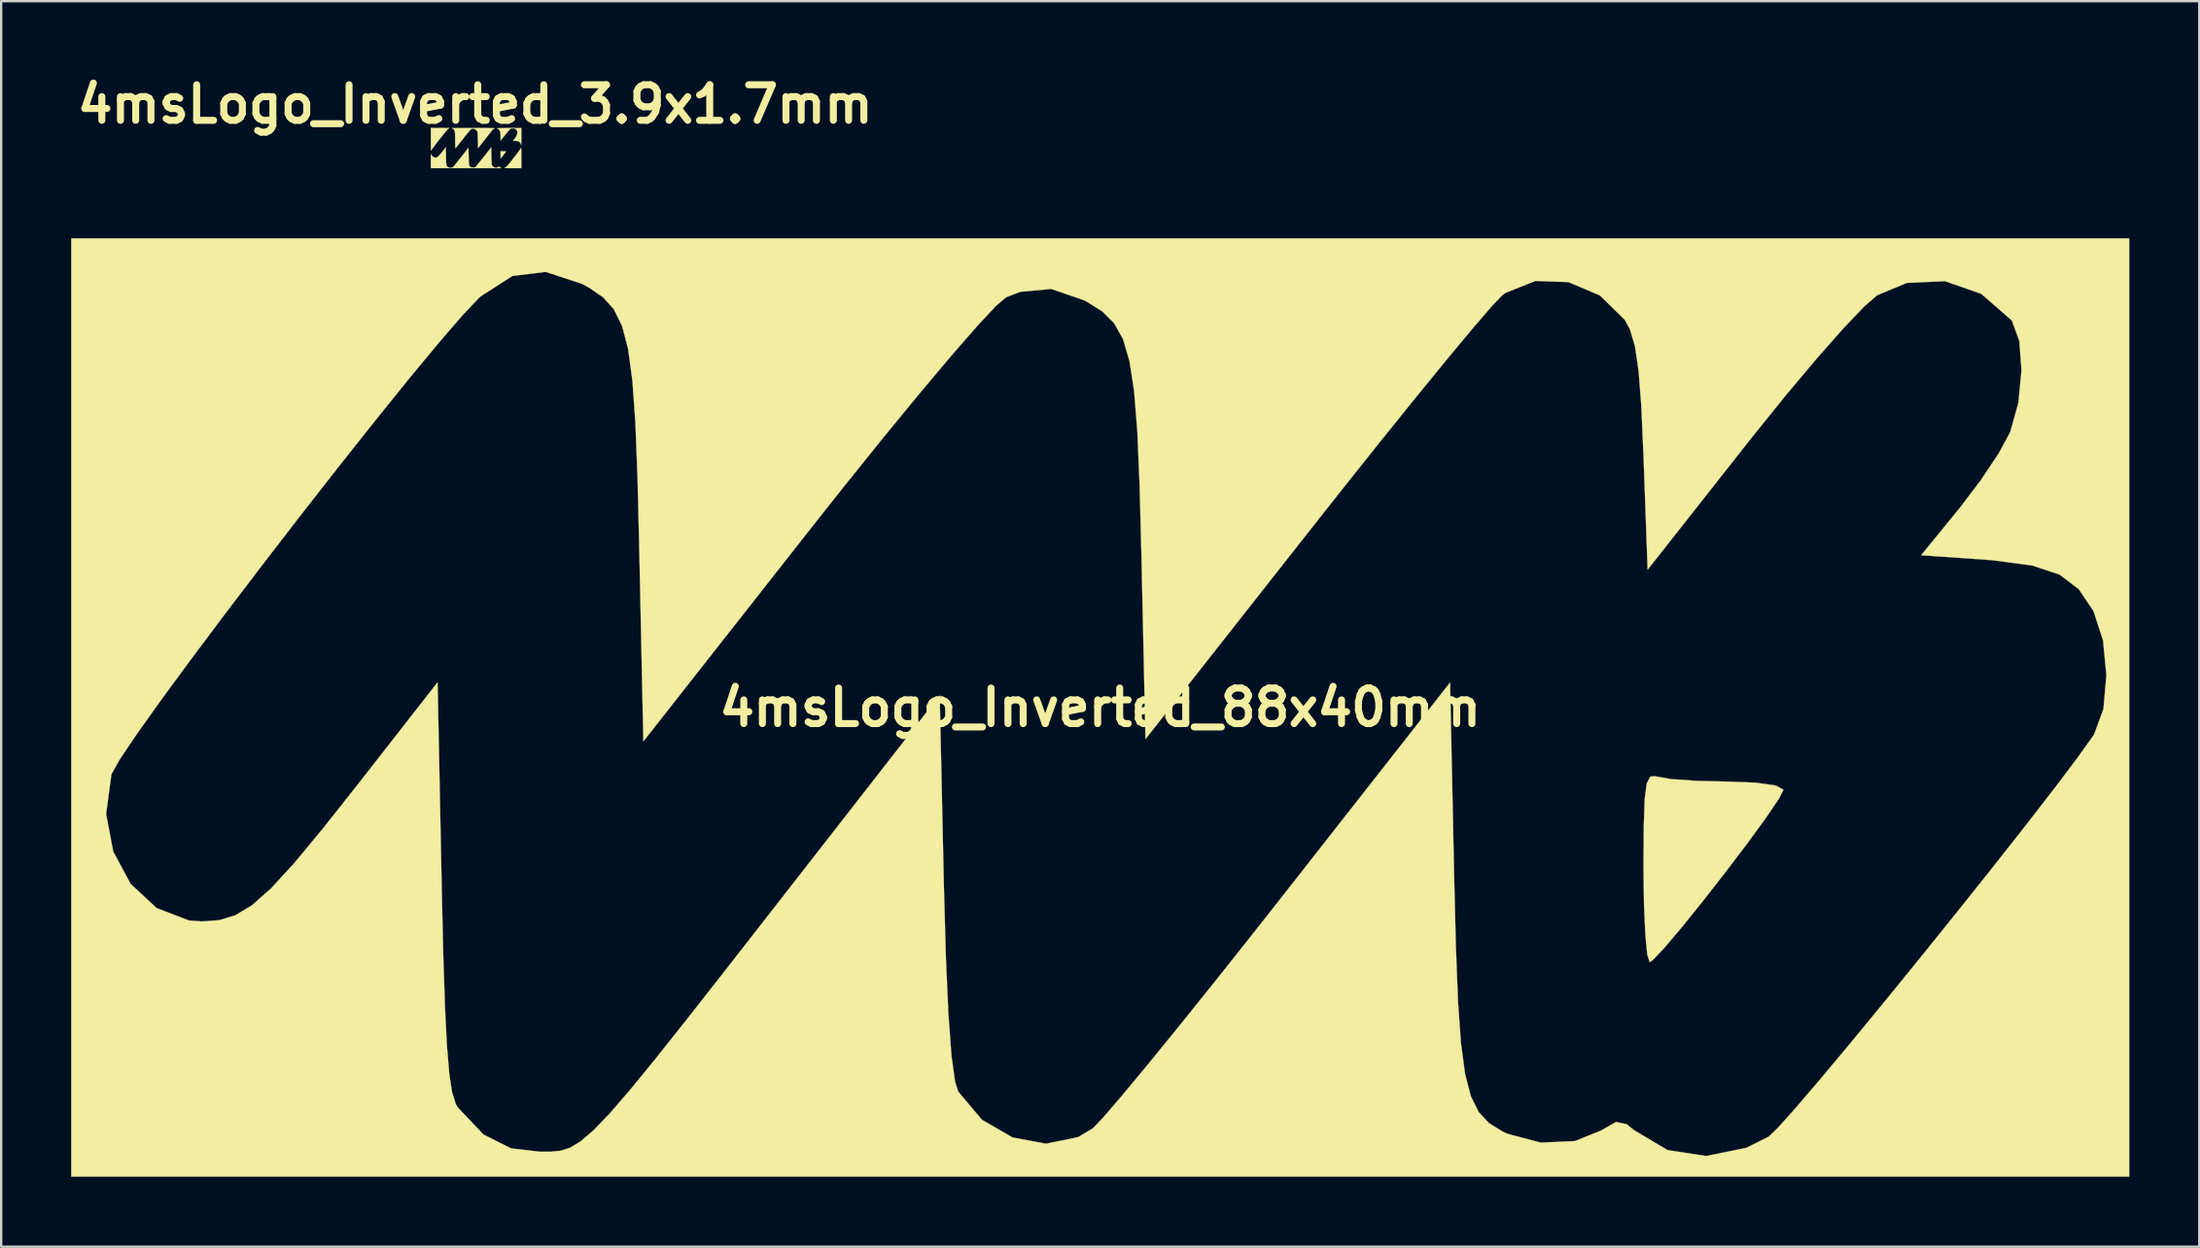
<source format=kicad_pcb>
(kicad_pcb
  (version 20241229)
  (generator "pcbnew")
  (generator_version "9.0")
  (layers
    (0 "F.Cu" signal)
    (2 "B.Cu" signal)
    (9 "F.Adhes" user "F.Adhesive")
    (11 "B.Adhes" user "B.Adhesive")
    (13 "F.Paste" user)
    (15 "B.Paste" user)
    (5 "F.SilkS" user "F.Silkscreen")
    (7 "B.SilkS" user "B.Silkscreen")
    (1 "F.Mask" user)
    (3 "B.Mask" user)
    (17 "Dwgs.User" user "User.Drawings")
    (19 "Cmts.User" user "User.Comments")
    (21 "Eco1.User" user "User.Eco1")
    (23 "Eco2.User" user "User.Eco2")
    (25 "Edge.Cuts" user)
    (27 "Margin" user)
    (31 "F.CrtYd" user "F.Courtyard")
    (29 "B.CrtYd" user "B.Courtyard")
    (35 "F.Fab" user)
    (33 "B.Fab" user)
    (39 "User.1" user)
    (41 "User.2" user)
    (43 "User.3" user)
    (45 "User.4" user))
  (footprint "4msLogo_Inverted_88x40mm"
    (layer "F.Cu")
    (at 44.102 27.277)
    (property "Reference" "4msLogo_Inverted_88x40mm" (at 0 0 0) (layer "F.SilkS") (effects (font (size 1.524 1.524) (thickness 0.3))))
    (attr through_hole)
    (fp_poly (pts (xy 23.841 2.961) (xy 24.464 3.069) (xy 25.553 3.146) (xy 26.84 3.175) (xy 28.087 3.222) (xy 28.955 3.347) (xy 29.281 3.526) (xy 29.281 3.526) (xy 29.075 3.928) (xy 28.526 4.736) (xy 27.735 5.82) (xy 26.802 7.051) (xy 25.827 8.299) (xy 24.913 9.433) (xy 24.159 10.324) (xy 23.667 10.84) (xy 23.548 10.918) (xy 23.444 10.596) (xy 23.36 9.706) (xy 23.303 8.386) (xy 23.283 6.841) (xy 23.294 5.083) (xy 23.335 3.922) (xy 23.423 3.25) (xy 23.574 2.961) (xy 23.802 2.947) (xy 23.841 2.961)) (stroke (width 0.01) (type solid)) (fill yes) (layer "F.SilkS"))
    (fp_poly (pts (xy 44.097 20.108) (xy -44.097 20.108) (xy -44.097 4.565) (xy -42.605 4.565) (xy -42.3 6.174) (xy -41.551 7.564) (xy -40.442 8.596) (xy -39.061 9.129) (xy -38.515 9.172) (xy -37.764 9.118) (xy -37.068 8.908) (xy -36.349 8.474) (xy -35.527 7.744) (xy -34.524 6.65) (xy -33.26 5.122) (xy -31.74 3.199) (xy -28.399 -1.08) (xy -28.222 7.697) (xy -28.157 10.562) (xy -28.084 12.799) (xy -28 14.484) (xy -27.899 15.694) (xy -27.774 16.506) (xy -27.62 16.997) (xy -27.532 17.145) (xy -26.43 18.306) (xy -25.252 18.897) (xy -24.021 19.042) (xy -23.547 19.041) (xy -23.128 19) (xy -22.715 18.867) (xy -22.261 18.592) (xy -21.716 18.124) (xy -21.033 17.414) (xy -20.164 16.409) (xy -19.06 15.059) (xy -17.674 13.314) (xy -15.957 11.124) (xy -13.861 8.436) (xy -13.475 7.941) (xy -6.879 -0.521) (xy -6.702 7.589) (xy -6.615 10.712) (xy -6.507 13.149) (xy -6.376 14.918) (xy -6.221 16.037) (xy -6.086 16.465) (xy -5.07 17.672) (xy -3.754 18.433) (xy -2.321 18.698) (xy -0.95 18.418) (xy -0.312 18.034) (xy 0.104 17.602) (xy 0.894 16.684) (xy 2.001 15.351) (xy 3.367 13.675) (xy 4.932 11.726) (xy 6.639 9.576) (xy 7.761 8.15) (xy 14.993 -1.071) (xy 15.169 7.314) (xy 15.242 10.263) (xy 15.332 12.59) (xy 15.458 14.378) (xy 15.637 15.712) (xy 15.887 16.675) (xy 16.224 17.349) (xy 16.666 17.82) (xy 17.231 18.17) (xy 17.453 18.276) (xy 18.887 18.652) (xy 20.347 18.585) (xy 21.463 18.133) (xy 22.102 17.768) (xy 22.557 17.859) (xy 22.871 18.114) (xy 24.311 18.971) (xy 25.973 19.226) (xy 27.696 18.874) (xy 28.649 18.396) (xy 29.051 18.009) (xy 29.818 17.15) (xy 30.883 15.904) (xy 32.176 14.356) (xy 33.629 12.59) (xy 35.174 10.69) (xy 36.742 8.742) (xy 38.266 6.83) (xy 39.675 5.039) (xy 40.903 3.454) (xy 41.88 2.158) (xy 42.538 1.237) (xy 42.598 1.146) (xy 42.995 0.06) (xy 43.121 -1.38) (xy 42.977 -2.877) (xy 42.567 -4.135) (xy 41.938 -5.071) (xy 41.113 -5.698) (xy 39.934 -6.088) (xy 38.246 -6.312) (xy 37.787 -6.347) (xy 35.182 -6.526) (xy 36.834 -8.551) (xy 37.74 -9.745) (xy 38.52 -10.917) (xy 38.998 -11.803) (xy 39.35 -13.06) (xy 39.482 -14.45) (xy 39.391 -15.71) (xy 39.074 -16.576) (xy 39.059 -16.597) (xy 37.761 -17.73) (xy 36.209 -18.274) (xy 34.567 -18.2) (xy 33.297 -17.672) (xy 32.742 -17.191) (xy 31.844 -16.248) (xy 30.692 -14.942) (xy 29.371 -13.37) (xy 27.969 -11.631) (xy 27.829 -11.454) (xy 23.46 -5.907) (xy 23.283 -10.803) (xy 23.19 -12.907) (xy 23.073 -14.429) (xy 22.916 -15.488) (xy 22.703 -16.207) (xy 22.485 -16.614) (xy 21.412 -17.665) (xy 20.066 -18.235) (xy 18.648 -18.284) (xy 17.363 -17.77) (xy 17.238 -17.677) (xy 16.819 -17.244) (xy 16.026 -16.326) (xy 14.915 -14.993) (xy 13.547 -13.319) (xy 11.978 -11.372) (xy 10.269 -9.226) (xy 9.165 -7.827) (xy 1.94 1.354) (xy 1.764 -6.643) (xy 1.688 -9.536) (xy 1.592 -11.811) (xy 1.453 -13.555) (xy 1.253 -14.857) (xy 0.972 -15.803) (xy 0.59 -16.481) (xy 0.087 -16.979) (xy -0.557 -17.384) (xy -0.694 -17.457) (xy -2.096 -17.941) (xy -3.422 -17.82) (xy -4.041 -17.582) (xy -4.469 -17.213) (xy -5.271 -16.354) (xy -6.387 -15.074) (xy -7.761 -13.441) (xy -9.334 -11.524) (xy -11.049 -9.391) (xy -12.26 -7.861) (xy -19.579 1.451) (xy -19.758 -6.947) (xy -19.831 -9.901) (xy -19.922 -12.235) (xy -20.051 -14.034) (xy -20.236 -15.384) (xy -20.496 -16.37) (xy -20.849 -17.077) (xy -21.314 -17.591) (xy -21.91 -17.998) (xy -22.213 -18.162) (xy -23.769 -18.673) (xy -25.191 -18.498) (xy -26.548 -17.628) (xy -26.631 -17.551) (xy -27.321 -16.824) (xy -28.329 -15.657) (xy -29.592 -14.133) (xy -31.046 -12.331) (xy -32.629 -10.335) (xy -34.278 -8.226) (xy -35.929 -6.086) (xy -37.52 -3.995) (xy -38.988 -2.037) (xy -40.27 -0.292) (xy -41.302 1.158) (xy -42.023 2.23) (xy -42.368 2.844) (xy -42.379 2.876) (xy -42.605 4.565) (xy -44.097 4.565) (xy -44.097 -20.108) (xy 44.097 -20.108) (xy 44.097 20.108)) (stroke (width 0.01) (type solid)) (fill yes) (layer "F.SilkS")))
  (footprint "4msLogo_Inverted_3.9x1.7mm"
    (layer "F.Cu")
    (at 17.346 3.298)
    (property "Reference" "4msLogo_Inverted_3.9x1.7mm" (at -0.03 -1.88 0) (layer "F.SilkS") (effects (font (size 1.524 1.524) (thickness 0.3))))
    (attr through_hole)
    (fp_poly (pts (xy 1.178 0.139) (xy 1.298 0.143) (xy 1.213 0.252) (xy 1.172 0.304) (xy 1.134 0.353) (xy 1.104 0.391) (xy 1.094 0.402) (xy 1.059 0.445) (xy 1.059 0.289) (xy 1.058 0.134) (xy 1.178 0.139)) (stroke (width 0.01) (type solid)) (fill yes) (layer "F.SilkS"))
    (fp_poly (pts (xy -1.185 -0.829) (xy -1.205 -0.81) (xy -1.239 -0.772) (xy -1.286 -0.717) (xy -1.342 -0.649) (xy -1.405 -0.572) (xy -1.473 -0.486) (xy -1.544 -0.397) (xy -1.615 -0.307) (xy -1.684 -0.218) (xy -1.748 -0.134) (xy -1.805 -0.058) (xy -1.853 0.007) (xy -1.89 0.059) (xy -1.912 0.093) (xy -1.918 0.106) (xy -1.922 0.104) (xy -1.925 0.075) (xy -1.927 0.021) (xy -1.929 -0.057) (xy -1.931 -0.158) (xy -1.932 -0.281) (xy -1.932 -0.356) (xy -1.933 -0.861) (xy -1.139 -0.861) (xy -1.185 -0.829)) (stroke (width 0.01) (type solid)) (fill yes) (layer "F.SilkS"))
    (fp_poly (pts (xy 1.937 -0.008) (xy 1.94 0.007) (xy 1.943 0.039) (xy 1.944 0.09) (xy 1.946 0.162) (xy 1.946 0.256) (xy 1.947 0.376) (xy 1.947 0.406) (xy 1.947 0.861) (xy 1.577 0.86) (xy 1.465 0.86) (xy 1.379 0.86) (xy 1.316 0.859) (xy 1.272 0.857) (xy 1.246 0.855) (xy 1.234 0.851) (xy 1.234 0.847) (xy 1.243 0.84) (xy 1.256 0.833) (xy 1.274 0.823) (xy 1.291 0.812) (xy 1.308 0.798) (xy 1.329 0.777) (xy 1.355 0.749) (xy 1.388 0.711) (xy 1.43 0.66) (xy 1.483 0.593) (xy 1.549 0.51) (xy 1.629 0.407) (xy 1.645 0.388) (xy 1.712 0.301) (xy 1.774 0.219) (xy 1.829 0.146) (xy 1.874 0.083) (xy 1.907 0.036) (xy 1.926 0.006) (xy 1.928 0) (xy 1.933 -0.01) (xy 1.937 -0.008)) (stroke (width 0.01) (type solid)) (fill yes) (layer "F.SilkS"))
    (fp_poly (pts (xy 1.947 -0.494) (xy 1.947 -0.395) (xy 1.946 -0.307) (xy 1.945 -0.232) (xy 1.944 -0.175) (xy 1.942 -0.139) (xy 1.94 -0.127) (xy 1.934 -0.139) (xy 1.933 -0.15) (xy 1.924 -0.183) (xy 1.901 -0.224) (xy 1.871 -0.263) (xy 1.844 -0.286) (xy 1.815 -0.295) (xy 1.768 -0.304) (xy 1.711 -0.31) (xy 1.702 -0.31) (xy 1.591 -0.318) (xy 1.657 -0.398) (xy 1.719 -0.485) (xy 1.758 -0.563) (xy 1.776 -0.639) (xy 1.778 -0.668) (xy 1.775 -0.712) (xy 1.765 -0.743) (xy 1.74 -0.775) (xy 1.723 -0.792) (xy 1.688 -0.824) (xy 1.658 -0.841) (xy 1.621 -0.846) (xy 1.597 -0.847) (xy 1.546 -0.843) (xy 1.501 -0.834) (xy 1.486 -0.829) (xy 1.466 -0.813) (xy 1.431 -0.777) (xy 1.385 -0.725) (xy 1.33 -0.661) (xy 1.269 -0.587) (xy 1.253 -0.566) (xy 1.058 -0.321) (xy 1.058 -0.482) (xy 1.057 -0.552) (xy 1.053 -0.617) (xy 1.048 -0.669) (xy 1.044 -0.695) (xy 1.016 -0.757) (xy 0.974 -0.808) (xy 0.924 -0.841) (xy 0.913 -0.845) (xy 0.913 -0.849) (xy 0.942 -0.852) (xy 0.997 -0.855) (xy 1.08 -0.857) (xy 1.189 -0.858) (xy 1.324 -0.859) (xy 1.408 -0.86) (xy 1.947 -0.861) (xy 1.947 -0.494)) (stroke (width 0.01) (type solid)) (fill yes) (layer "F.SilkS"))
    (fp_poly (pts (xy -0.092 -0.86) (xy 0.095 -0.86) (xy 0.256 -0.86) (xy 0.392 -0.859) (xy 0.505 -0.859) (xy 0.597 -0.858) (xy 0.67 -0.857) (xy 0.726 -0.855) (xy 0.765 -0.853) (xy 0.791 -0.851) (xy 0.804 -0.848) (xy 0.807 -0.845) (xy 0.802 -0.841) (xy 0.797 -0.84) (xy 0.756 -0.821) (xy 0.725 -0.799) (xy 0.72 -0.794) (xy 0.706 -0.777) (xy 0.677 -0.74) (xy 0.636 -0.687) (xy 0.583 -0.62) (xy 0.521 -0.542) (xy 0.453 -0.455) (xy 0.395 -0.382) (xy 0.092 0.004) (xy 0.085 -0.34) (xy 0.082 -0.448) (xy 0.08 -0.531) (xy 0.078 -0.594) (xy 0.074 -0.64) (xy 0.07 -0.674) (xy 0.064 -0.698) (xy 0.056 -0.717) (xy 0.046 -0.734) (xy 0.044 -0.738) (xy -0.003 -0.791) (xy -0.062 -0.823) (xy -0.127 -0.834) (xy -0.19 -0.82) (xy -0.209 -0.81) (xy -0.227 -0.794) (xy -0.259 -0.758) (xy -0.304 -0.706) (xy -0.36 -0.639) (xy -0.423 -0.561) (xy -0.493 -0.474) (xy -0.557 -0.393) (xy -0.629 -0.301) (xy -0.696 -0.217) (xy -0.756 -0.142) (xy -0.806 -0.079) (xy -0.844 -0.032) (xy -0.869 -0.001) (xy -0.878 0.009) (xy -0.881 -0.002) (xy -0.884 -0.039) (xy -0.886 -0.096) (xy -0.888 -0.17) (xy -0.889 -0.257) (xy -0.889 -0.334) (xy -0.89 -0.459) (xy -0.892 -0.558) (xy -0.896 -0.636) (xy -0.903 -0.696) (xy -0.914 -0.741) (xy -0.928 -0.774) (xy -0.948 -0.8) (xy -0.973 -0.821) (xy -0.99 -0.832) (xy -1.037 -0.861) (xy -0.092 -0.86)) (stroke (width 0.01) (type solid)) (fill yes) (layer "F.SilkS"))
    (fp_poly (pts (xy -1.284 0.339) (xy -1.282 0.461) (xy -1.279 0.558) (xy -1.274 0.634) (xy -1.268 0.691) (xy -1.26 0.734) (xy -1.248 0.765) (xy -1.232 0.788) (xy -1.212 0.806) (xy -1.187 0.822) (xy -1.185 0.824) (xy -1.134 0.842) (xy -1.075 0.846) (xy -1.019 0.837) (xy -0.986 0.82) (xy -0.969 0.803) (xy -0.938 0.766) (xy -0.893 0.713) (xy -0.838 0.645) (xy -0.775 0.566) (xy -0.705 0.478) (xy -0.635 0.389) (xy -0.318 -0.014) (xy -0.31 0.35) (xy -0.308 0.468) (xy -0.305 0.562) (xy -0.301 0.634) (xy -0.296 0.688) (xy -0.288 0.728) (xy -0.277 0.757) (xy -0.262 0.779) (xy -0.242 0.796) (xy -0.217 0.813) (xy -0.217 0.814) (xy -0.171 0.831) (xy -0.113 0.836) (xy -0.057 0.829) (xy -0.025 0.815) (xy -0.009 0.799) (xy 0.023 0.764) (xy 0.067 0.711) (xy 0.122 0.644) (xy 0.186 0.565) (xy 0.257 0.477) (xy 0.331 0.383) (xy 0.333 0.381) (xy 0.656 -0.03) (xy 0.663 0.341) (xy 0.665 0.453) (xy 0.668 0.541) (xy 0.67 0.608) (xy 0.673 0.657) (xy 0.677 0.692) (xy 0.682 0.717) (xy 0.688 0.735) (xy 0.697 0.75) (xy 0.702 0.757) (xy 0.74 0.796) (xy 0.791 0.828) (xy 0.841 0.845) (xy 0.856 0.847) (xy 0.886 0.84) (xy 0.925 0.825) (xy 0.936 0.819) (xy 0.99 0.792) (xy 1.04 0.827) (xy 1.09 0.861) (xy -1.933 0.861) (xy -1.932 0.54) (xy -1.931 0.449) (xy -1.93 0.372) (xy -1.927 0.312) (xy -1.925 0.271) (xy -1.922 0.254) (xy -1.92 0.255) (xy -1.887 0.323) (xy -1.836 0.374) (xy -1.773 0.403) (xy -1.726 0.409) (xy -1.694 0.405) (xy -1.661 0.391) (xy -1.624 0.365) (xy -1.582 0.324) (xy -1.529 0.265) (xy -1.465 0.186) (xy -1.445 0.161) (xy -1.291 -0.034) (xy -1.284 0.339)) (stroke (width 0.01) (type solid)) (fill yes) (layer "F.SilkS")))
  (gr_rect
    (start -3 -3)
    (end 91.204 50.39)
    (stroke (width 0.1) (type default))
    (fill no)
    (layer "Edge.Cuts")))
</source>
